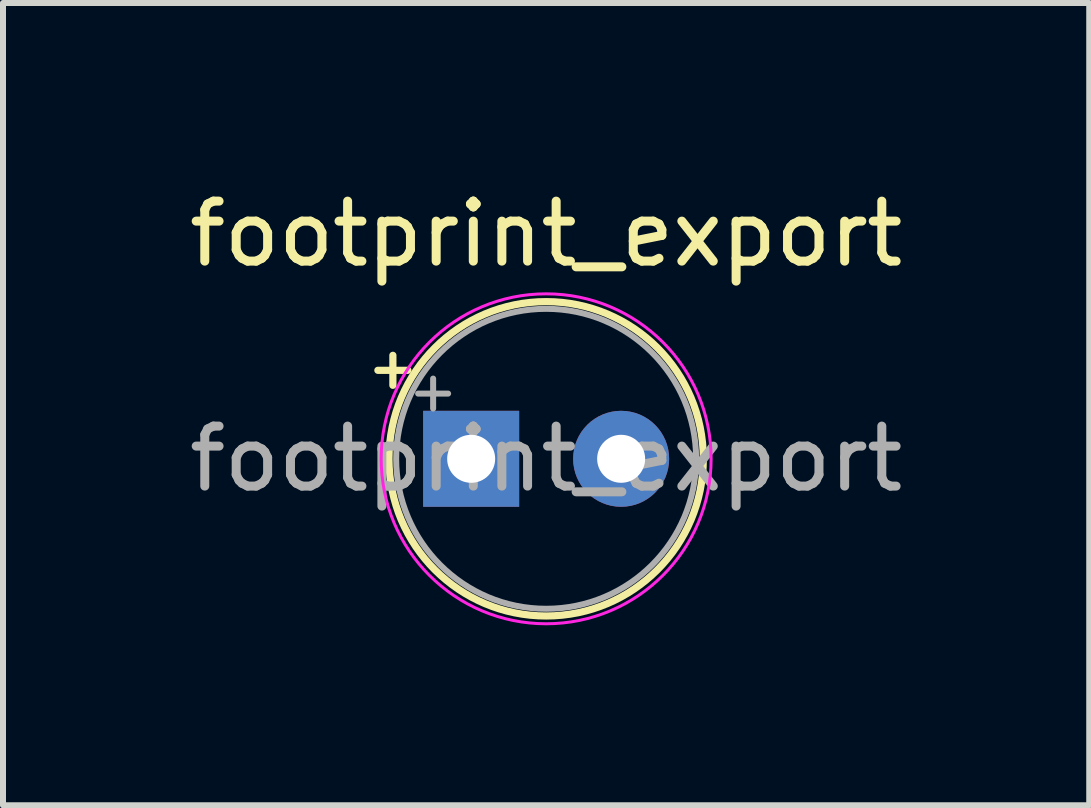
<source format=kicad_pcb>
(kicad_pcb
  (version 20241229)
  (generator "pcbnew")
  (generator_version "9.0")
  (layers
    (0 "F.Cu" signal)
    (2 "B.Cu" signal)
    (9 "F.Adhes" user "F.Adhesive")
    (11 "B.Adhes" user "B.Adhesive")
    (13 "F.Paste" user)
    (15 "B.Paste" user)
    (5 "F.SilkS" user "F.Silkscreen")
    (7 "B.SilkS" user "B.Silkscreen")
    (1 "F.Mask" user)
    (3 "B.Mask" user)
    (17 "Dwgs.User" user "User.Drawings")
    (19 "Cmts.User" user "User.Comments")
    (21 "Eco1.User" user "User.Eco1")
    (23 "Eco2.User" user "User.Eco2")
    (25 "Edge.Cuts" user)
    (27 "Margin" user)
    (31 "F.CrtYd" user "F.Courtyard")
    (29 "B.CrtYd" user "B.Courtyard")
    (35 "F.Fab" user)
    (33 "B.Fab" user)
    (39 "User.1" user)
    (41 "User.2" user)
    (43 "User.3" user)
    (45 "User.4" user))
  (footprint "footprint_export"
    (layer "F.Cu")
    (at 4.804 4.598)
    (property "Reference" "footprint_export" (at 1.25 -3.75 0) (layer "F.SilkS") (effects (font (size 1 1) (thickness 0.15))))
    (attr through_hole)
    (fp_line (start -1.555 -1.475) (end -1.055 -1.475) (stroke (width 0.12) (type solid)) (layer "F.SilkS"))
    (fp_line (start -1.305 -1.725) (end -1.305 -1.225) (stroke (width 0.12) (type solid)) (layer "F.SilkS"))
    (fp_circle (center 1.25 0) (end 3.87 0) (stroke (width 0.12) (type solid)) (fill no) (layer "F.SilkS"))
    (fp_circle (center 1.25 0) (end 4 0) (stroke (width 0.05) (type solid)) (fill no) (layer "F.CrtYd"))
    (fp_line (start -0.884 -1.087) (end -0.384 -1.087) (stroke (width 0.1) (type solid)) (layer "F.Fab"))
    (fp_line (start -0.634 -1.337) (end -0.634 -0.838) (stroke (width 0.1) (type solid)) (layer "F.Fab"))
    (fp_circle (center 1.25 0) (end 3.75 0) (stroke (width 0.1) (type solid)) (fill no) (layer "F.Fab"))
    (fp_text user "${REFERENCE}" (at 1.25 0 0) (layer "F.Fab") (effects (font (size 1 1) (thickness 0.15))))
    (pad "1" thru_hole rect (at 0 0) (size 1.6 1.6) (drill 0.8) (layers "*.Cu" "*.Mask"))
    (pad "2" thru_hole circle (at 2.5 0) (size 1.6 1.6) (drill 0.8) (layers "*.Cu" "*.Mask")))
  (gr_rect
    (start -3 -3)
    (end 15.107 10.373)
    (stroke (width 0.1) (type default))
    (fill no)
    (layer "Edge.Cuts")))
</source>
